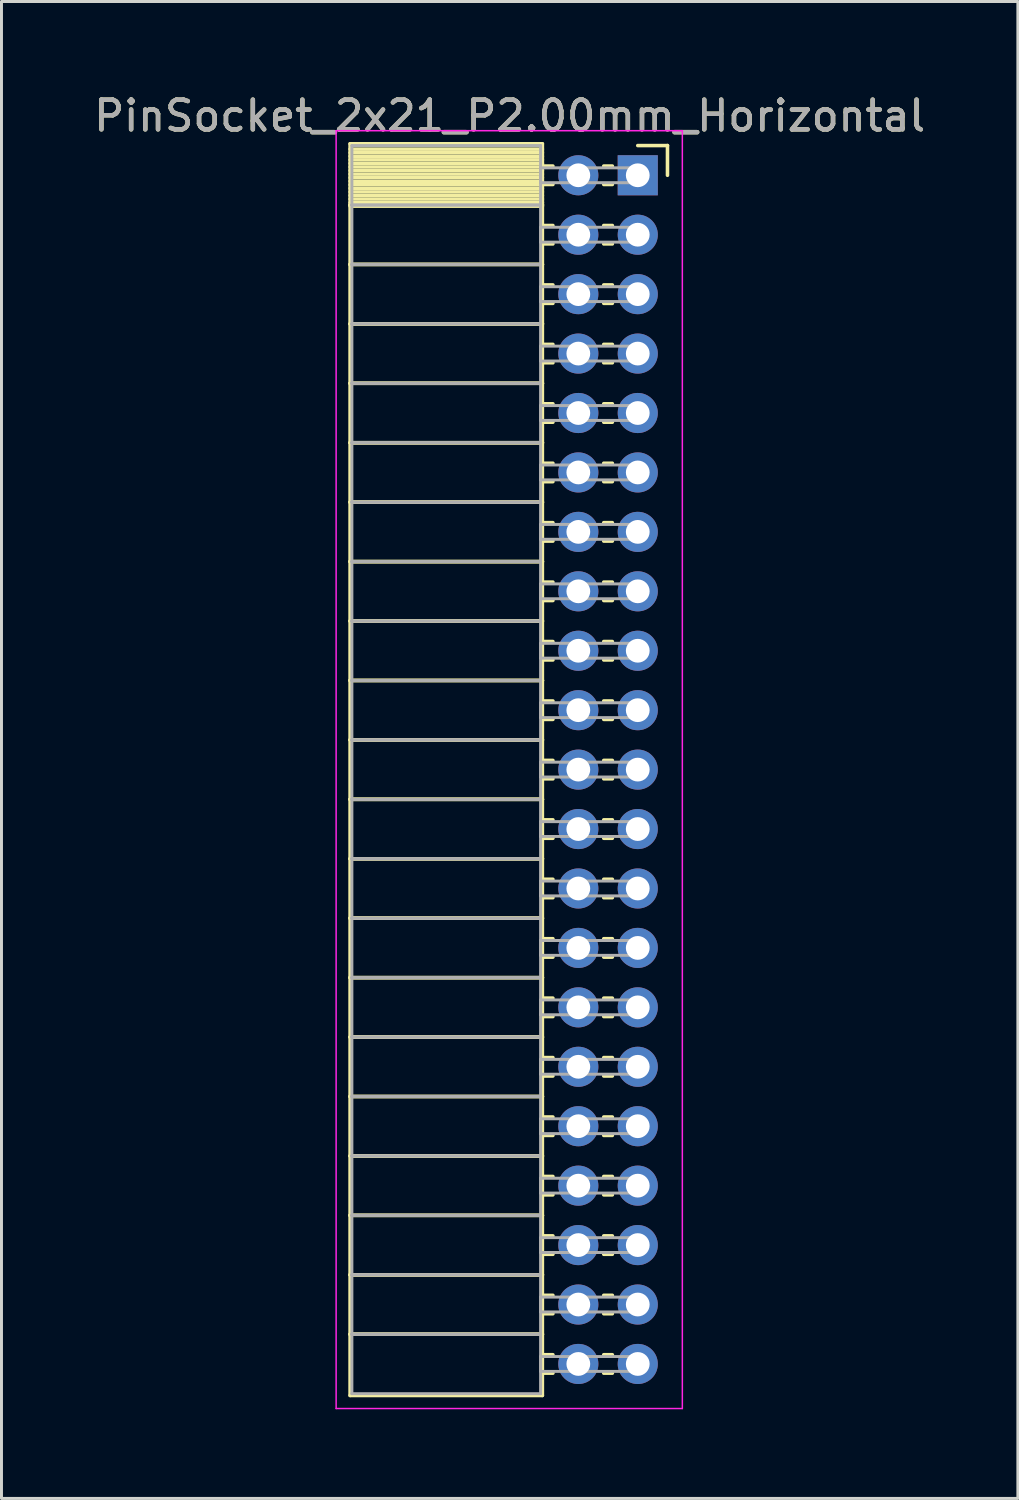
<source format=kicad_pcb>
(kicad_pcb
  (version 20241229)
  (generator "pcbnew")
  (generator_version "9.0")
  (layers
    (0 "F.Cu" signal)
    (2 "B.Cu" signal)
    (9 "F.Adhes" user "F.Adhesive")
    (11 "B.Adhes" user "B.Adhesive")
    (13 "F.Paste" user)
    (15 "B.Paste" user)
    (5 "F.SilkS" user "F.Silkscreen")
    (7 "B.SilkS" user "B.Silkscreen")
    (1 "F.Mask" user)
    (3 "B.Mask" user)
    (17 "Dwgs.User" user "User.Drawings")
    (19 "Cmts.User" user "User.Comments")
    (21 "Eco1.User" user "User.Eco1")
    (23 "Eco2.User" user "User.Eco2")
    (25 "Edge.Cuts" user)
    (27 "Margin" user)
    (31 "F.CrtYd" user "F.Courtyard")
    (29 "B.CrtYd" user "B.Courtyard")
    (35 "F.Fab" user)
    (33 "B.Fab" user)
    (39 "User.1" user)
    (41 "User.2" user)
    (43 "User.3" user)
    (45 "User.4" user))
  (footprint "PinSocket_2x21_P2.00mm_Horizontal"
    (layer "F.Cu")
    (at 18.411 2.848)
    (property "Reference" "PinSocket_2x21_P2.00mm_Horizontal" (at -4.31 -2 0) (layer "F.SilkS") (effects (font (size 1 1) (thickness 0.15))))
    (attr through_hole)
    (fp_line (start -9.68 -1.06) (end -3.21 -1.06) (stroke (width 0.12) (type solid)) (layer "F.SilkS"))
    (fp_line (start -9.68 1) (end -9.68 -1.06) (stroke (width 0.12) (type solid)) (layer "F.SilkS"))
    (fp_line (start -9.68 1) (end -3.21 1) (stroke (width 0.12) (type solid)) (layer "F.SilkS"))
    (fp_line (start -9.68 3) (end -9.68 1) (stroke (width 0.12) (type solid)) (layer "F.SilkS"))
    (fp_line (start -9.68 3) (end -3.21 3) (stroke (width 0.12) (type solid)) (layer "F.SilkS"))
    (fp_line (start -9.68 5) (end -9.68 3) (stroke (width 0.12) (type solid)) (layer "F.SilkS"))
    (fp_line (start -9.68 5) (end -3.21 5) (stroke (width 0.12) (type solid)) (layer "F.SilkS"))
    (fp_line (start -9.68 7) (end -9.68 5) (stroke (width 0.12) (type solid)) (layer "F.SilkS"))
    (fp_line (start -9.68 7) (end -3.21 7) (stroke (width 0.12) (type solid)) (layer "F.SilkS"))
    (fp_line (start -9.68 9) (end -9.68 7) (stroke (width 0.12) (type solid)) (layer "F.SilkS"))
    (fp_line (start -9.68 9) (end -3.21 9) (stroke (width 0.12) (type solid)) (layer "F.SilkS"))
    (fp_line (start -9.68 11) (end -9.68 9) (stroke (width 0.12) (type solid)) (layer "F.SilkS"))
    (fp_line (start -9.68 11) (end -3.21 11) (stroke (width 0.12) (type solid)) (layer "F.SilkS"))
    (fp_line (start -9.68 13) (end -9.68 11) (stroke (width 0.12) (type solid)) (layer "F.SilkS"))
    (fp_line (start -9.68 13) (end -3.21 13) (stroke (width 0.12) (type solid)) (layer "F.SilkS"))
    (fp_line (start -9.68 15) (end -9.68 13) (stroke (width 0.12) (type solid)) (layer "F.SilkS"))
    (fp_line (start -9.68 15) (end -3.21 15) (stroke (width 0.12) (type solid)) (layer "F.SilkS"))
    (fp_line (start -9.68 17) (end -9.68 15) (stroke (width 0.12) (type solid)) (layer "F.SilkS"))
    (fp_line (start -9.68 17) (end -3.21 17) (stroke (width 0.12) (type solid)) (layer "F.SilkS"))
    (fp_line (start -9.68 19) (end -9.68 17) (stroke (width 0.12) (type solid)) (layer "F.SilkS"))
    (fp_line (start -9.68 19) (end -3.21 19) (stroke (width 0.12) (type solid)) (layer "F.SilkS"))
    (fp_line (start -9.68 21) (end -9.68 19) (stroke (width 0.12) (type solid)) (layer "F.SilkS"))
    (fp_line (start -9.68 21) (end -3.21 21) (stroke (width 0.12) (type solid)) (layer "F.SilkS"))
    (fp_line (start -9.68 23) (end -9.68 21) (stroke (width 0.12) (type solid)) (layer "F.SilkS"))
    (fp_line (start -9.68 23) (end -3.21 23) (stroke (width 0.12) (type solid)) (layer "F.SilkS"))
    (fp_line (start -9.68 25) (end -9.68 23) (stroke (width 0.12) (type solid)) (layer "F.SilkS"))
    (fp_line (start -9.68 25) (end -3.21 25) (stroke (width 0.12) (type solid)) (layer "F.SilkS"))
    (fp_line (start -9.68 27) (end -9.68 25) (stroke (width 0.12) (type solid)) (layer "F.SilkS"))
    (fp_line (start -9.68 27) (end -3.21 27) (stroke (width 0.12) (type solid)) (layer "F.SilkS"))
    (fp_line (start -9.68 29) (end -9.68 27) (stroke (width 0.12) (type solid)) (layer "F.SilkS"))
    (fp_line (start -9.68 29) (end -3.21 29) (stroke (width 0.12) (type solid)) (layer "F.SilkS"))
    (fp_line (start -9.68 31) (end -9.68 29) (stroke (width 0.12) (type solid)) (layer "F.SilkS"))
    (fp_line (start -9.68 31) (end -3.21 31) (stroke (width 0.12) (type solid)) (layer "F.SilkS"))
    (fp_line (start -9.68 33) (end -9.68 31) (stroke (width 0.12) (type solid)) (layer "F.SilkS"))
    (fp_line (start -9.68 33) (end -3.21 33) (stroke (width 0.12) (type solid)) (layer "F.SilkS"))
    (fp_line (start -9.68 35) (end -9.68 33) (stroke (width 0.12) (type solid)) (layer "F.SilkS"))
    (fp_line (start -9.68 35) (end -3.21 35) (stroke (width 0.12) (type solid)) (layer "F.SilkS"))
    (fp_line (start -9.68 37) (end -9.68 35) (stroke (width 0.12) (type solid)) (layer "F.SilkS"))
    (fp_line (start -9.68 37) (end -3.21 37) (stroke (width 0.12) (type solid)) (layer "F.SilkS"))
    (fp_line (start -9.68 39) (end -9.68 37) (stroke (width 0.12) (type solid)) (layer "F.SilkS"))
    (fp_line (start -9.68 39) (end -3.21 39) (stroke (width 0.12) (type solid)) (layer "F.SilkS"))
    (fp_line (start -9.68 41.06) (end -9.68 39) (stroke (width 0.12) (type solid)) (layer "F.SilkS"))
    (fp_line (start -3.21 -1.06) (end -3.21 1) (stroke (width 0.12) (type solid)) (layer "F.SilkS"))
    (fp_line (start -3.21 -0.88) (end -9.68 -0.88) (stroke (width 0.12) (type solid)) (layer "F.SilkS"))
    (fp_line (start -3.21 -0.76) (end -9.68 -0.76) (stroke (width 0.12) (type solid)) (layer "F.SilkS"))
    (fp_line (start -3.21 -0.64) (end -9.68 -0.64) (stroke (width 0.12) (type solid)) (layer "F.SilkS"))
    (fp_line (start -3.21 -0.52) (end -9.68 -0.52) (stroke (width 0.12) (type solid)) (layer "F.SilkS"))
    (fp_line (start -3.21 -0.4) (end -9.68 -0.4) (stroke (width 0.12) (type solid)) (layer "F.SilkS"))
    (fp_line (start -3.21 -0.28) (end -9.68 -0.28) (stroke (width 0.12) (type solid)) (layer "F.SilkS"))
    (fp_line (start -3.21 -0.16) (end -9.68 -0.16) (stroke (width 0.12) (type solid)) (layer "F.SilkS"))
    (fp_line (start -3.21 -0.04) (end -9.68 -0.04) (stroke (width 0.12) (type solid)) (layer "F.SilkS"))
    (fp_line (start -3.21 0.08) (end -9.68 0.08) (stroke (width 0.12) (type solid)) (layer "F.SilkS"))
    (fp_line (start -3.21 0.2) (end -9.68 0.2) (stroke (width 0.12) (type solid)) (layer "F.SilkS"))
    (fp_line (start -3.21 0.32) (end -9.68 0.32) (stroke (width 0.12) (type solid)) (layer "F.SilkS"))
    (fp_line (start -3.21 0.44) (end -9.68 0.44) (stroke (width 0.12) (type solid)) (layer "F.SilkS"))
    (fp_line (start -3.21 0.56) (end -9.68 0.56) (stroke (width 0.12) (type solid)) (layer "F.SilkS"))
    (fp_line (start -3.21 0.68) (end -9.68 0.68) (stroke (width 0.12) (type solid)) (layer "F.SilkS"))
    (fp_line (start -3.21 0.8) (end -9.68 0.8) (stroke (width 0.12) (type solid)) (layer "F.SilkS"))
    (fp_line (start -3.21 0.92) (end -9.68 0.92) (stroke (width 0.12) (type solid)) (layer "F.SilkS"))
    (fp_line (start -3.21 1) (end -9.68 1) (stroke (width 0.12) (type solid)) (layer "F.SilkS"))
    (fp_line (start -3.21 1) (end -3.21 3) (stroke (width 0.12) (type solid)) (layer "F.SilkS"))
    (fp_line (start -3.21 1.04) (end -9.68 1.04) (stroke (width 0.12) (type solid)) (layer "F.SilkS"))
    (fp_line (start -3.21 3) (end -9.68 3) (stroke (width 0.12) (type solid)) (layer "F.SilkS"))
    (fp_line (start -3.21 3) (end -3.21 5) (stroke (width 0.12) (type solid)) (layer "F.SilkS"))
    (fp_line (start -3.21 5) (end -9.68 5) (stroke (width 0.12) (type solid)) (layer "F.SilkS"))
    (fp_line (start -3.21 5) (end -3.21 7) (stroke (width 0.12) (type solid)) (layer "F.SilkS"))
    (fp_line (start -3.21 7) (end -9.68 7) (stroke (width 0.12) (type solid)) (layer "F.SilkS"))
    (fp_line (start -3.21 7) (end -3.21 9) (stroke (width 0.12) (type solid)) (layer "F.SilkS"))
    (fp_line (start -3.21 9) (end -9.68 9) (stroke (width 0.12) (type solid)) (layer "F.SilkS"))
    (fp_line (start -3.21 9) (end -3.21 11) (stroke (width 0.12) (type solid)) (layer "F.SilkS"))
    (fp_line (start -3.21 11) (end -9.68 11) (stroke (width 0.12) (type solid)) (layer "F.SilkS"))
    (fp_line (start -3.21 11) (end -3.21 13) (stroke (width 0.12) (type solid)) (layer "F.SilkS"))
    (fp_line (start -3.21 13) (end -9.68 13) (stroke (width 0.12) (type solid)) (layer "F.SilkS"))
    (fp_line (start -3.21 13) (end -3.21 15) (stroke (width 0.12) (type solid)) (layer "F.SilkS"))
    (fp_line (start -3.21 15) (end -9.68 15) (stroke (width 0.12) (type solid)) (layer "F.SilkS"))
    (fp_line (start -3.21 15) (end -3.21 17) (stroke (width 0.12) (type solid)) (layer "F.SilkS"))
    (fp_line (start -3.21 17) (end -9.68 17) (stroke (width 0.12) (type solid)) (layer "F.SilkS"))
    (fp_line (start -3.21 17) (end -3.21 19) (stroke (width 0.12) (type solid)) (layer "F.SilkS"))
    (fp_line (start -3.21 19) (end -9.68 19) (stroke (width 0.12) (type solid)) (layer "F.SilkS"))
    (fp_line (start -3.21 19) (end -3.21 21) (stroke (width 0.12) (type solid)) (layer "F.SilkS"))
    (fp_line (start -3.21 21) (end -9.68 21) (stroke (width 0.12) (type solid)) (layer "F.SilkS"))
    (fp_line (start -3.21 21) (end -3.21 23) (stroke (width 0.12) (type solid)) (layer "F.SilkS"))
    (fp_line (start -3.21 23) (end -9.68 23) (stroke (width 0.12) (type solid)) (layer "F.SilkS"))
    (fp_line (start -3.21 23) (end -3.21 25) (stroke (width 0.12) (type solid)) (layer "F.SilkS"))
    (fp_line (start -3.21 25) (end -9.68 25) (stroke (width 0.12) (type solid)) (layer "F.SilkS"))
    (fp_line (start -3.21 25) (end -3.21 27) (stroke (width 0.12) (type solid)) (layer "F.SilkS"))
    (fp_line (start -3.21 27) (end -9.68 27) (stroke (width 0.12) (type solid)) (layer "F.SilkS"))
    (fp_line (start -3.21 27) (end -3.21 29) (stroke (width 0.12) (type solid)) (layer "F.SilkS"))
    (fp_line (start -3.21 29) (end -9.68 29) (stroke (width 0.12) (type solid)) (layer "F.SilkS"))
    (fp_line (start -3.21 29) (end -3.21 31) (stroke (width 0.12) (type solid)) (layer "F.SilkS"))
    (fp_line (start -3.21 31) (end -9.68 31) (stroke (width 0.12) (type solid)) (layer "F.SilkS"))
    (fp_line (start -3.21 31) (end -3.21 33) (stroke (width 0.12) (type solid)) (layer "F.SilkS"))
    (fp_line (start -3.21 33) (end -9.68 33) (stroke (width 0.12) (type solid)) (layer "F.SilkS"))
    (fp_line (start -3.21 33) (end -3.21 35) (stroke (width 0.12) (type solid)) (layer "F.SilkS"))
    (fp_line (start -3.21 35) (end -9.68 35) (stroke (width 0.12) (type solid)) (layer "F.SilkS"))
    (fp_line (start -3.21 35) (end -3.21 37) (stroke (width 0.12) (type solid)) (layer "F.SilkS"))
    (fp_line (start -3.21 37) (end -9.68 37) (stroke (width 0.12) (type solid)) (layer "F.SilkS"))
    (fp_line (start -3.21 37) (end -3.21 39) (stroke (width 0.12) (type solid)) (layer "F.SilkS"))
    (fp_line (start -3.21 39) (end -9.68 39) (stroke (width 0.12) (type solid)) (layer "F.SilkS"))
    (fp_line (start -3.21 39) (end -3.21 41.06) (stroke (width 0.12) (type solid)) (layer "F.SilkS"))
    (fp_line (start -3.21 41.06) (end -9.68 41.06) (stroke (width 0.12) (type solid)) (layer "F.SilkS"))
    (fp_line (start -2.855 -0.31) (end -3.21 -0.31) (stroke (width 0.12) (type solid)) (layer "F.SilkS"))
    (fp_line (start -2.855 0.31) (end -3.21 0.31) (stroke (width 0.12) (type solid)) (layer "F.SilkS"))
    (fp_line (start -2.855 1.69) (end -3.21 1.69) (stroke (width 0.12) (type solid)) (layer "F.SilkS"))
    (fp_line (start -2.855 2.31) (end -3.21 2.31) (stroke (width 0.12) (type solid)) (layer "F.SilkS"))
    (fp_line (start -2.855 3.69) (end -3.21 3.69) (stroke (width 0.12) (type solid)) (layer "F.SilkS"))
    (fp_line (start -2.855 4.31) (end -3.21 4.31) (stroke (width 0.12) (type solid)) (layer "F.SilkS"))
    (fp_line (start -2.855 5.69) (end -3.21 5.69) (stroke (width 0.12) (type solid)) (layer "F.SilkS"))
    (fp_line (start -2.855 6.31) (end -3.21 6.31) (stroke (width 0.12) (type solid)) (layer "F.SilkS"))
    (fp_line (start -2.855 7.69) (end -3.21 7.69) (stroke (width 0.12) (type solid)) (layer "F.SilkS"))
    (fp_line (start -2.855 8.31) (end -3.21 8.31) (stroke (width 0.12) (type solid)) (layer "F.SilkS"))
    (fp_line (start -2.855 9.69) (end -3.21 9.69) (stroke (width 0.12) (type solid)) (layer "F.SilkS"))
    (fp_line (start -2.855 10.31) (end -3.21 10.31) (stroke (width 0.12) (type solid)) (layer "F.SilkS"))
    (fp_line (start -2.855 11.69) (end -3.21 11.69) (stroke (width 0.12) (type solid)) (layer "F.SilkS"))
    (fp_line (start -2.855 12.31) (end -3.21 12.31) (stroke (width 0.12) (type solid)) (layer "F.SilkS"))
    (fp_line (start -2.855 13.69) (end -3.21 13.69) (stroke (width 0.12) (type solid)) (layer "F.SilkS"))
    (fp_line (start -2.855 14.31) (end -3.21 14.31) (stroke (width 0.12) (type solid)) (layer "F.SilkS"))
    (fp_line (start -2.855 15.69) (end -3.21 15.69) (stroke (width 0.12) (type solid)) (layer "F.SilkS"))
    (fp_line (start -2.855 16.31) (end -3.21 16.31) (stroke (width 0.12) (type solid)) (layer "F.SilkS"))
    (fp_line (start -2.855 17.69) (end -3.21 17.69) (stroke (width 0.12) (type solid)) (layer "F.SilkS"))
    (fp_line (start -2.855 18.31) (end -3.21 18.31) (stroke (width 0.12) (type solid)) (layer "F.SilkS"))
    (fp_line (start -2.855 19.69) (end -3.21 19.69) (stroke (width 0.12) (type solid)) (layer "F.SilkS"))
    (fp_line (start -2.855 20.31) (end -3.21 20.31) (stroke (width 0.12) (type solid)) (layer "F.SilkS"))
    (fp_line (start -2.855 21.69) (end -3.21 21.69) (stroke (width 0.12) (type solid)) (layer "F.SilkS"))
    (fp_line (start -2.855 22.31) (end -3.21 22.31) (stroke (width 0.12) (type solid)) (layer "F.SilkS"))
    (fp_line (start -2.855 23.69) (end -3.21 23.69) (stroke (width 0.12) (type solid)) (layer "F.SilkS"))
    (fp_line (start -2.855 24.31) (end -3.21 24.31) (stroke (width 0.12) (type solid)) (layer "F.SilkS"))
    (fp_line (start -2.855 25.69) (end -3.21 25.69) (stroke (width 0.12) (type solid)) (layer "F.SilkS"))
    (fp_line (start -2.855 26.31) (end -3.21 26.31) (stroke (width 0.12) (type solid)) (layer "F.SilkS"))
    (fp_line (start -2.855 27.69) (end -3.21 27.69) (stroke (width 0.12) (type solid)) (layer "F.SilkS"))
    (fp_line (start -2.855 28.31) (end -3.21 28.31) (stroke (width 0.12) (type solid)) (layer "F.SilkS"))
    (fp_line (start -2.855 29.69) (end -3.21 29.69) (stroke (width 0.12) (type solid)) (layer "F.SilkS"))
    (fp_line (start -2.855 30.31) (end -3.21 30.31) (stroke (width 0.12) (type solid)) (layer "F.SilkS"))
    (fp_line (start -2.855 31.69) (end -3.21 31.69) (stroke (width 0.12) (type solid)) (layer "F.SilkS"))
    (fp_line (start -2.855 32.31) (end -3.21 32.31) (stroke (width 0.12) (type solid)) (layer "F.SilkS"))
    (fp_line (start -2.855 33.69) (end -3.21 33.69) (stroke (width 0.12) (type solid)) (layer "F.SilkS"))
    (fp_line (start -2.855 34.31) (end -3.21 34.31) (stroke (width 0.12) (type solid)) (layer "F.SilkS"))
    (fp_line (start -2.855 35.69) (end -3.21 35.69) (stroke (width 0.12) (type solid)) (layer "F.SilkS"))
    (fp_line (start -2.855 36.31) (end -3.21 36.31) (stroke (width 0.12) (type solid)) (layer "F.SilkS"))
    (fp_line (start -2.855 37.69) (end -3.21 37.69) (stroke (width 0.12) (type solid)) (layer "F.SilkS"))
    (fp_line (start -2.855 38.31) (end -3.21 38.31) (stroke (width 0.12) (type solid)) (layer "F.SilkS"))
    (fp_line (start -2.855 39.69) (end -3.21 39.69) (stroke (width 0.12) (type solid)) (layer "F.SilkS"))
    (fp_line (start -2.855 40.31) (end -3.21 40.31) (stroke (width 0.12) (type solid)) (layer "F.SilkS"))
    (fp_line (start -0.855 -0.31) (end -1.145 -0.31) (stroke (width 0.12) (type solid)) (layer "F.SilkS"))
    (fp_line (start -0.855 0.31) (end -1.145 0.31) (stroke (width 0.12) (type solid)) (layer "F.SilkS"))
    (fp_line (start -0.855 1.69) (end -1.145 1.69) (stroke (width 0.12) (type solid)) (layer "F.SilkS"))
    (fp_line (start -0.855 2.31) (end -1.145 2.31) (stroke (width 0.12) (type solid)) (layer "F.SilkS"))
    (fp_line (start -0.855 3.69) (end -1.145 3.69) (stroke (width 0.12) (type solid)) (layer "F.SilkS"))
    (fp_line (start -0.855 4.31) (end -1.145 4.31) (stroke (width 0.12) (type solid)) (layer "F.SilkS"))
    (fp_line (start -0.855 5.69) (end -1.145 5.69) (stroke (width 0.12) (type solid)) (layer "F.SilkS"))
    (fp_line (start -0.855 6.31) (end -1.145 6.31) (stroke (width 0.12) (type solid)) (layer "F.SilkS"))
    (fp_line (start -0.855 7.69) (end -1.145 7.69) (stroke (width 0.12) (type solid)) (layer "F.SilkS"))
    (fp_line (start -0.855 8.31) (end -1.145 8.31) (stroke (width 0.12) (type solid)) (layer "F.SilkS"))
    (fp_line (start -0.855 9.69) (end -1.145 9.69) (stroke (width 0.12) (type solid)) (layer "F.SilkS"))
    (fp_line (start -0.855 10.31) (end -1.145 10.31) (stroke (width 0.12) (type solid)) (layer "F.SilkS"))
    (fp_line (start -0.855 11.69) (end -1.145 11.69) (stroke (width 0.12) (type solid)) (layer "F.SilkS"))
    (fp_line (start -0.855 12.31) (end -1.145 12.31) (stroke (width 0.12) (type solid)) (layer "F.SilkS"))
    (fp_line (start -0.855 13.69) (end -1.145 13.69) (stroke (width 0.12) (type solid)) (layer "F.SilkS"))
    (fp_line (start -0.855 14.31) (end -1.145 14.31) (stroke (width 0.12) (type solid)) (layer "F.SilkS"))
    (fp_line (start -0.855 15.69) (end -1.145 15.69) (stroke (width 0.12) (type solid)) (layer "F.SilkS"))
    (fp_line (start -0.855 16.31) (end -1.145 16.31) (stroke (width 0.12) (type solid)) (layer "F.SilkS"))
    (fp_line (start -0.855 17.69) (end -1.145 17.69) (stroke (width 0.12) (type solid)) (layer "F.SilkS"))
    (fp_line (start -0.855 18.31) (end -1.145 18.31) (stroke (width 0.12) (type solid)) (layer "F.SilkS"))
    (fp_line (start -0.855 19.69) (end -1.145 19.69) (stroke (width 0.12) (type solid)) (layer "F.SilkS"))
    (fp_line (start -0.855 20.31) (end -1.145 20.31) (stroke (width 0.12) (type solid)) (layer "F.SilkS"))
    (fp_line (start -0.855 21.69) (end -1.145 21.69) (stroke (width 0.12) (type solid)) (layer "F.SilkS"))
    (fp_line (start -0.855 22.31) (end -1.145 22.31) (stroke (width 0.12) (type solid)) (layer "F.SilkS"))
    (fp_line (start -0.855 23.69) (end -1.145 23.69) (stroke (width 0.12) (type solid)) (layer "F.SilkS"))
    (fp_line (start -0.855 24.31) (end -1.145 24.31) (stroke (width 0.12) (type solid)) (layer "F.SilkS"))
    (fp_line (start -0.855 25.69) (end -1.145 25.69) (stroke (width 0.12) (type solid)) (layer "F.SilkS"))
    (fp_line (start -0.855 26.31) (end -1.145 26.31) (stroke (width 0.12) (type solid)) (layer "F.SilkS"))
    (fp_line (start -0.855 27.69) (end -1.145 27.69) (stroke (width 0.12) (type solid)) (layer "F.SilkS"))
    (fp_line (start -0.855 28.31) (end -1.145 28.31) (stroke (width 0.12) (type solid)) (layer "F.SilkS"))
    (fp_line (start -0.855 29.69) (end -1.145 29.69) (stroke (width 0.12) (type solid)) (layer "F.SilkS"))
    (fp_line (start -0.855 30.31) (end -1.145 30.31) (stroke (width 0.12) (type solid)) (layer "F.SilkS"))
    (fp_line (start -0.855 31.69) (end -1.145 31.69) (stroke (width 0.12) (type solid)) (layer "F.SilkS"))
    (fp_line (start -0.855 32.31) (end -1.145 32.31) (stroke (width 0.12) (type solid)) (layer "F.SilkS"))
    (fp_line (start -0.855 33.69) (end -1.145 33.69) (stroke (width 0.12) (type solid)) (layer "F.SilkS"))
    (fp_line (start -0.855 34.31) (end -1.145 34.31) (stroke (width 0.12) (type solid)) (layer "F.SilkS"))
    (fp_line (start -0.855 35.69) (end -1.145 35.69) (stroke (width 0.12) (type solid)) (layer "F.SilkS"))
    (fp_line (start -0.855 36.31) (end -1.145 36.31) (stroke (width 0.12) (type solid)) (layer "F.SilkS"))
    (fp_line (start -0.855 37.69) (end -1.145 37.69) (stroke (width 0.12) (type solid)) (layer "F.SilkS"))
    (fp_line (start -0.855 38.31) (end -1.145 38.31) (stroke (width 0.12) (type solid)) (layer "F.SilkS"))
    (fp_line (start -0.855 39.69) (end -1.145 39.69) (stroke (width 0.12) (type solid)) (layer "F.SilkS"))
    (fp_line (start -0.855 40.31) (end -1.145 40.31) (stroke (width 0.12) (type solid)) (layer "F.SilkS"))
    (fp_line (start 0 -1) (end 1 -1) (stroke (width 0.12) (type solid)) (layer "F.SilkS"))
    (fp_line (start 1 -1) (end 1 0) (stroke (width 0.12) (type solid)) (layer "F.SilkS"))
    (fp_line (start -10.15 -1.5) (end 1.5 -1.5) (stroke (width 0.05) (type solid)) (layer "F.CrtYd"))
    (fp_line (start -10.15 41.5) (end -10.15 -1.5) (stroke (width 0.05) (type solid)) (layer "F.CrtYd"))
    (fp_line (start 1.5 -1.5) (end 1.5 41.5) (stroke (width 0.05) (type solid)) (layer "F.CrtYd"))
    (fp_line (start 1.5 41.5) (end -10.15 41.5) (stroke (width 0.05) (type solid)) (layer "F.CrtYd"))
    (fp_line (start -9.62 -1) (end -3.27 -1) (stroke (width 0.1) (type solid)) (layer "F.Fab"))
    (fp_line (start -9.62 1) (end -9.62 -1) (stroke (width 0.1) (type solid)) (layer "F.Fab"))
    (fp_line (start -9.62 1) (end -3.27 1) (stroke (width 0.1) (type solid)) (layer "F.Fab"))
    (fp_line (start -9.62 3) (end -9.62 1) (stroke (width 0.1) (type solid)) (layer "F.Fab"))
    (fp_line (start -9.62 3) (end -3.27 3) (stroke (width 0.1) (type solid)) (layer "F.Fab"))
    (fp_line (start -9.62 5) (end -9.62 3) (stroke (width 0.1) (type solid)) (layer "F.Fab"))
    (fp_line (start -9.62 5) (end -3.27 5) (stroke (width 0.1) (type solid)) (layer "F.Fab"))
    (fp_line (start -9.62 7) (end -9.62 5) (stroke (width 0.1) (type solid)) (layer "F.Fab"))
    (fp_line (start -9.62 7) (end -3.27 7) (stroke (width 0.1) (type solid)) (layer "F.Fab"))
    (fp_line (start -9.62 9) (end -9.62 7) (stroke (width 0.1) (type solid)) (layer "F.Fab"))
    (fp_line (start -9.62 9) (end -3.27 9) (stroke (width 0.1) (type solid)) (layer "F.Fab"))
    (fp_line (start -9.62 11) (end -9.62 9) (stroke (width 0.1) (type solid)) (layer "F.Fab"))
    (fp_line (start -9.62 11) (end -3.27 11) (stroke (width 0.1) (type solid)) (layer "F.Fab"))
    (fp_line (start -9.62 13) (end -9.62 11) (stroke (width 0.1) (type solid)) (layer "F.Fab"))
    (fp_line (start -9.62 13) (end -3.27 13) (stroke (width 0.1) (type solid)) (layer "F.Fab"))
    (fp_line (start -9.62 15) (end -9.62 13) (stroke (width 0.1) (type solid)) (layer "F.Fab"))
    (fp_line (start -9.62 15) (end -3.27 15) (stroke (width 0.1) (type solid)) (layer "F.Fab"))
    (fp_line (start -9.62 17) (end -9.62 15) (stroke (width 0.1) (type solid)) (layer "F.Fab"))
    (fp_line (start -9.62 17) (end -3.27 17) (stroke (width 0.1) (type solid)) (layer "F.Fab"))
    (fp_line (start -9.62 19) (end -9.62 17) (stroke (width 0.1) (type solid)) (layer "F.Fab"))
    (fp_line (start -9.62 19) (end -3.27 19) (stroke (width 0.1) (type solid)) (layer "F.Fab"))
    (fp_line (start -9.62 21) (end -9.62 19) (stroke (width 0.1) (type solid)) (layer "F.Fab"))
    (fp_line (start -9.62 21) (end -3.27 21) (stroke (width 0.1) (type solid)) (layer "F.Fab"))
    (fp_line (start -9.62 23) (end -9.62 21) (stroke (width 0.1) (type solid)) (layer "F.Fab"))
    (fp_line (start -9.62 23) (end -3.27 23) (stroke (width 0.1) (type solid)) (layer "F.Fab"))
    (fp_line (start -9.62 25) (end -9.62 23) (stroke (width 0.1) (type solid)) (layer "F.Fab"))
    (fp_line (start -9.62 25) (end -3.27 25) (stroke (width 0.1) (type solid)) (layer "F.Fab"))
    (fp_line (start -9.62 27) (end -9.62 25) (stroke (width 0.1) (type solid)) (layer "F.Fab"))
    (fp_line (start -9.62 27) (end -3.27 27) (stroke (width 0.1) (type solid)) (layer "F.Fab"))
    (fp_line (start -9.62 29) (end -9.62 27) (stroke (width 0.1) (type solid)) (layer "F.Fab"))
    (fp_line (start -9.62 29) (end -3.27 29) (stroke (width 0.1) (type solid)) (layer "F.Fab"))
    (fp_line (start -9.62 31) (end -9.62 29) (stroke (width 0.1) (type solid)) (layer "F.Fab"))
    (fp_line (start -9.62 31) (end -3.27 31) (stroke (width 0.1) (type solid)) (layer "F.Fab"))
    (fp_line (start -9.62 33) (end -9.62 31) (stroke (width 0.1) (type solid)) (layer "F.Fab"))
    (fp_line (start -9.62 33) (end -3.27 33) (stroke (width 0.1) (type solid)) (layer "F.Fab"))
    (fp_line (start -9.62 35) (end -9.62 33) (stroke (width 0.1) (type solid)) (layer "F.Fab"))
    (fp_line (start -9.62 35) (end -3.27 35) (stroke (width 0.1) (type solid)) (layer "F.Fab"))
    (fp_line (start -9.62 37) (end -9.62 35) (stroke (width 0.1) (type solid)) (layer "F.Fab"))
    (fp_line (start -9.62 37) (end -3.27 37) (stroke (width 0.1) (type solid)) (layer "F.Fab"))
    (fp_line (start -9.62 39) (end -9.62 37) (stroke (width 0.1) (type solid)) (layer "F.Fab"))
    (fp_line (start -9.62 39) (end -3.27 39) (stroke (width 0.1) (type solid)) (layer "F.Fab"))
    (fp_line (start -9.62 41) (end -9.62 39) (stroke (width 0.1) (type solid)) (layer "F.Fab"))
    (fp_line (start -3.27 -1) (end -3.27 1) (stroke (width 0.1) (type solid)) (layer "F.Fab"))
    (fp_line (start -3.27 -0.25) (end 0 -0.25) (stroke (width 0.1) (type solid)) (layer "F.Fab"))
    (fp_line (start -3.27 0.25) (end -3.27 -0.25) (stroke (width 0.1) (type solid)) (layer "F.Fab"))
    (fp_line (start -3.27 1) (end -9.62 1) (stroke (width 0.1) (type solid)) (layer "F.Fab"))
    (fp_line (start -3.27 1) (end -3.27 3) (stroke (width 0.1) (type solid)) (layer "F.Fab"))
    (fp_line (start -3.27 1.75) (end 0 1.75) (stroke (width 0.1) (type solid)) (layer "F.Fab"))
    (fp_line (start -3.27 2.25) (end -3.27 1.75) (stroke (width 0.1) (type solid)) (layer "F.Fab"))
    (fp_line (start -3.27 3) (end -9.62 3) (stroke (width 0.1) (type solid)) (layer "F.Fab"))
    (fp_line (start -3.27 3) (end -3.27 5) (stroke (width 0.1) (type solid)) (layer "F.Fab"))
    (fp_line (start -3.27 3.75) (end 0 3.75) (stroke (width 0.1) (type solid)) (layer "F.Fab"))
    (fp_line (start -3.27 4.25) (end -3.27 3.75) (stroke (width 0.1) (type solid)) (layer "F.Fab"))
    (fp_line (start -3.27 5) (end -9.62 5) (stroke (width 0.1) (type solid)) (layer "F.Fab"))
    (fp_line (start -3.27 5) (end -3.27 7) (stroke (width 0.1) (type solid)) (layer "F.Fab"))
    (fp_line (start -3.27 5.75) (end 0 5.75) (stroke (width 0.1) (type solid)) (layer "F.Fab"))
    (fp_line (start -3.27 6.25) (end -3.27 5.75) (stroke (width 0.1) (type solid)) (layer "F.Fab"))
    (fp_line (start -3.27 7) (end -9.62 7) (stroke (width 0.1) (type solid)) (layer "F.Fab"))
    (fp_line (start -3.27 7) (end -3.27 9) (stroke (width 0.1) (type solid)) (layer "F.Fab"))
    (fp_line (start -3.27 7.75) (end 0 7.75) (stroke (width 0.1) (type solid)) (layer "F.Fab"))
    (fp_line (start -3.27 8.25) (end -3.27 7.75) (stroke (width 0.1) (type solid)) (layer "F.Fab"))
    (fp_line (start -3.27 9) (end -9.62 9) (stroke (width 0.1) (type solid)) (layer "F.Fab"))
    (fp_line (start -3.27 9) (end -3.27 11) (stroke (width 0.1) (type solid)) (layer "F.Fab"))
    (fp_line (start -3.27 9.75) (end 0 9.75) (stroke (width 0.1) (type solid)) (layer "F.Fab"))
    (fp_line (start -3.27 10.25) (end -3.27 9.75) (stroke (width 0.1) (type solid)) (layer "F.Fab"))
    (fp_line (start -3.27 11) (end -9.62 11) (stroke (width 0.1) (type solid)) (layer "F.Fab"))
    (fp_line (start -3.27 11) (end -3.27 13) (stroke (width 0.1) (type solid)) (layer "F.Fab"))
    (fp_line (start -3.27 11.75) (end 0 11.75) (stroke (width 0.1) (type solid)) (layer "F.Fab"))
    (fp_line (start -3.27 12.25) (end -3.27 11.75) (stroke (width 0.1) (type solid)) (layer "F.Fab"))
    (fp_line (start -3.27 13) (end -9.62 13) (stroke (width 0.1) (type solid)) (layer "F.Fab"))
    (fp_line (start -3.27 13) (end -3.27 15) (stroke (width 0.1) (type solid)) (layer "F.Fab"))
    (fp_line (start -3.27 13.75) (end 0 13.75) (stroke (width 0.1) (type solid)) (layer "F.Fab"))
    (fp_line (start -3.27 14.25) (end -3.27 13.75) (stroke (width 0.1) (type solid)) (layer "F.Fab"))
    (fp_line (start -3.27 15) (end -9.62 15) (stroke (width 0.1) (type solid)) (layer "F.Fab"))
    (fp_line (start -3.27 15) (end -3.27 17) (stroke (width 0.1) (type solid)) (layer "F.Fab"))
    (fp_line (start -3.27 15.75) (end 0 15.75) (stroke (width 0.1) (type solid)) (layer "F.Fab"))
    (fp_line (start -3.27 16.25) (end -3.27 15.75) (stroke (width 0.1) (type solid)) (layer "F.Fab"))
    (fp_line (start -3.27 17) (end -9.62 17) (stroke (width 0.1) (type solid)) (layer "F.Fab"))
    (fp_line (start -3.27 17) (end -3.27 19) (stroke (width 0.1) (type solid)) (layer "F.Fab"))
    (fp_line (start -3.27 17.75) (end 0 17.75) (stroke (width 0.1) (type solid)) (layer "F.Fab"))
    (fp_line (start -3.27 18.25) (end -3.27 17.75) (stroke (width 0.1) (type solid)) (layer "F.Fab"))
    (fp_line (start -3.27 19) (end -9.62 19) (stroke (width 0.1) (type solid)) (layer "F.Fab"))
    (fp_line (start -3.27 19) (end -3.27 21) (stroke (width 0.1) (type solid)) (layer "F.Fab"))
    (fp_line (start -3.27 19.75) (end 0 19.75) (stroke (width 0.1) (type solid)) (layer "F.Fab"))
    (fp_line (start -3.27 20.25) (end -3.27 19.75) (stroke (width 0.1) (type solid)) (layer "F.Fab"))
    (fp_line (start -3.27 21) (end -9.62 21) (stroke (width 0.1) (type solid)) (layer "F.Fab"))
    (fp_line (start -3.27 21) (end -3.27 23) (stroke (width 0.1) (type solid)) (layer "F.Fab"))
    (fp_line (start -3.27 21.75) (end 0 21.75) (stroke (width 0.1) (type solid)) (layer "F.Fab"))
    (fp_line (start -3.27 22.25) (end -3.27 21.75) (stroke (width 0.1) (type solid)) (layer "F.Fab"))
    (fp_line (start -3.27 23) (end -9.62 23) (stroke (width 0.1) (type solid)) (layer "F.Fab"))
    (fp_line (start -3.27 23) (end -3.27 25) (stroke (width 0.1) (type solid)) (layer "F.Fab"))
    (fp_line (start -3.27 23.75) (end 0 23.75) (stroke (width 0.1) (type solid)) (layer "F.Fab"))
    (fp_line (start -3.27 24.25) (end -3.27 23.75) (stroke (width 0.1) (type solid)) (layer "F.Fab"))
    (fp_line (start -3.27 25) (end -9.62 25) (stroke (width 0.1) (type solid)) (layer "F.Fab"))
    (fp_line (start -3.27 25) (end -3.27 27) (stroke (width 0.1) (type solid)) (layer "F.Fab"))
    (fp_line (start -3.27 25.75) (end 0 25.75) (stroke (width 0.1) (type solid)) (layer "F.Fab"))
    (fp_line (start -3.27 26.25) (end -3.27 25.75) (stroke (width 0.1) (type solid)) (layer "F.Fab"))
    (fp_line (start -3.27 27) (end -9.62 27) (stroke (width 0.1) (type solid)) (layer "F.Fab"))
    (fp_line (start -3.27 27) (end -3.27 29) (stroke (width 0.1) (type solid)) (layer "F.Fab"))
    (fp_line (start -3.27 27.75) (end 0 27.75) (stroke (width 0.1) (type solid)) (layer "F.Fab"))
    (fp_line (start -3.27 28.25) (end -3.27 27.75) (stroke (width 0.1) (type solid)) (layer "F.Fab"))
    (fp_line (start -3.27 29) (end -9.62 29) (stroke (width 0.1) (type solid)) (layer "F.Fab"))
    (fp_line (start -3.27 29) (end -3.27 31) (stroke (width 0.1) (type solid)) (layer "F.Fab"))
    (fp_line (start -3.27 29.75) (end 0 29.75) (stroke (width 0.1) (type solid)) (layer "F.Fab"))
    (fp_line (start -3.27 30.25) (end -3.27 29.75) (stroke (width 0.1) (type solid)) (layer "F.Fab"))
    (fp_line (start -3.27 31) (end -9.62 31) (stroke (width 0.1) (type solid)) (layer "F.Fab"))
    (fp_line (start -3.27 31) (end -3.27 33) (stroke (width 0.1) (type solid)) (layer "F.Fab"))
    (fp_line (start -3.27 31.75) (end 0 31.75) (stroke (width 0.1) (type solid)) (layer "F.Fab"))
    (fp_line (start -3.27 32.25) (end -3.27 31.75) (stroke (width 0.1) (type solid)) (layer "F.Fab"))
    (fp_line (start -3.27 33) (end -9.62 33) (stroke (width 0.1) (type solid)) (layer "F.Fab"))
    (fp_line (start -3.27 33) (end -3.27 35) (stroke (width 0.1) (type solid)) (layer "F.Fab"))
    (fp_line (start -3.27 33.75) (end 0 33.75) (stroke (width 0.1) (type solid)) (layer "F.Fab"))
    (fp_line (start -3.27 34.25) (end -3.27 33.75) (stroke (width 0.1) (type solid)) (layer "F.Fab"))
    (fp_line (start -3.27 35) (end -9.62 35) (stroke (width 0.1) (type solid)) (layer "F.Fab"))
    (fp_line (start -3.27 35) (end -3.27 37) (stroke (width 0.1) (type solid)) (layer "F.Fab"))
    (fp_line (start -3.27 35.75) (end 0 35.75) (stroke (width 0.1) (type solid)) (layer "F.Fab"))
    (fp_line (start -3.27 36.25) (end -3.27 35.75) (stroke (width 0.1) (type solid)) (layer "F.Fab"))
    (fp_line (start -3.27 37) (end -9.62 37) (stroke (width 0.1) (type solid)) (layer "F.Fab"))
    (fp_line (start -3.27 37) (end -3.27 39) (stroke (width 0.1) (type solid)) (layer "F.Fab"))
    (fp_line (start -3.27 37.75) (end 0 37.75) (stroke (width 0.1) (type solid)) (layer "F.Fab"))
    (fp_line (start -3.27 38.25) (end -3.27 37.75) (stroke (width 0.1) (type solid)) (layer "F.Fab"))
    (fp_line (start -3.27 39) (end -9.62 39) (stroke (width 0.1) (type solid)) (layer "F.Fab"))
    (fp_line (start -3.27 39) (end -3.27 41) (stroke (width 0.1) (type solid)) (layer "F.Fab"))
    (fp_line (start -3.27 39.75) (end 0 39.75) (stroke (width 0.1) (type solid)) (layer "F.Fab"))
    (fp_line (start -3.27 40.25) (end -3.27 39.75) (stroke (width 0.1) (type solid)) (layer "F.Fab"))
    (fp_line (start -3.27 41) (end -9.62 41) (stroke (width 0.1) (type solid)) (layer "F.Fab"))
    (fp_line (start 0 -0.25) (end 0 0.25) (stroke (width 0.1) (type solid)) (layer "F.Fab"))
    (fp_line (start 0 0.25) (end -3.27 0.25) (stroke (width 0.1) (type solid)) (layer "F.Fab"))
    (fp_line (start 0 1.75) (end 0 2.25) (stroke (width 0.1) (type solid)) (layer "F.Fab"))
    (fp_line (start 0 2.25) (end -3.27 2.25) (stroke (width 0.1) (type solid)) (layer "F.Fab"))
    (fp_line (start 0 3.75) (end 0 4.25) (stroke (width 0.1) (type solid)) (layer "F.Fab"))
    (fp_line (start 0 4.25) (end -3.27 4.25) (stroke (width 0.1) (type solid)) (layer "F.Fab"))
    (fp_line (start 0 5.75) (end 0 6.25) (stroke (width 0.1) (type solid)) (layer "F.Fab"))
    (fp_line (start 0 6.25) (end -3.27 6.25) (stroke (width 0.1) (type solid)) (layer "F.Fab"))
    (fp_line (start 0 7.75) (end 0 8.25) (stroke (width 0.1) (type solid)) (layer "F.Fab"))
    (fp_line (start 0 8.25) (end -3.27 8.25) (stroke (width 0.1) (type solid)) (layer "F.Fab"))
    (fp_line (start 0 9.75) (end 0 10.25) (stroke (width 0.1) (type solid)) (layer "F.Fab"))
    (fp_line (start 0 10.25) (end -3.27 10.25) (stroke (width 0.1) (type solid)) (layer "F.Fab"))
    (fp_line (start 0 11.75) (end 0 12.25) (stroke (width 0.1) (type solid)) (layer "F.Fab"))
    (fp_line (start 0 12.25) (end -3.27 12.25) (stroke (width 0.1) (type solid)) (layer "F.Fab"))
    (fp_line (start 0 13.75) (end 0 14.25) (stroke (width 0.1) (type solid)) (layer "F.Fab"))
    (fp_line (start 0 14.25) (end -3.27 14.25) (stroke (width 0.1) (type solid)) (layer "F.Fab"))
    (fp_line (start 0 15.75) (end 0 16.25) (stroke (width 0.1) (type solid)) (layer "F.Fab"))
    (fp_line (start 0 16.25) (end -3.27 16.25) (stroke (width 0.1) (type solid)) (layer "F.Fab"))
    (fp_line (start 0 17.75) (end 0 18.25) (stroke (width 0.1) (type solid)) (layer "F.Fab"))
    (fp_line (start 0 18.25) (end -3.27 18.25) (stroke (width 0.1) (type solid)) (layer "F.Fab"))
    (fp_line (start 0 19.75) (end 0 20.25) (stroke (width 0.1) (type solid)) (layer "F.Fab"))
    (fp_line (start 0 20.25) (end -3.27 20.25) (stroke (width 0.1) (type solid)) (layer "F.Fab"))
    (fp_line (start 0 21.75) (end 0 22.25) (stroke (width 0.1) (type solid)) (layer "F.Fab"))
    (fp_line (start 0 22.25) (end -3.27 22.25) (stroke (width 0.1) (type solid)) (layer "F.Fab"))
    (fp_line (start 0 23.75) (end 0 24.25) (stroke (width 0.1) (type solid)) (layer "F.Fab"))
    (fp_line (start 0 24.25) (end -3.27 24.25) (stroke (width 0.1) (type solid)) (layer "F.Fab"))
    (fp_line (start 0 25.75) (end 0 26.25) (stroke (width 0.1) (type solid)) (layer "F.Fab"))
    (fp_line (start 0 26.25) (end -3.27 26.25) (stroke (width 0.1) (type solid)) (layer "F.Fab"))
    (fp_line (start 0 27.75) (end 0 28.25) (stroke (width 0.1) (type solid)) (layer "F.Fab"))
    (fp_line (start 0 28.25) (end -3.27 28.25) (stroke (width 0.1) (type solid)) (layer "F.Fab"))
    (fp_line (start 0 29.75) (end 0 30.25) (stroke (width 0.1) (type solid)) (layer "F.Fab"))
    (fp_line (start 0 30.25) (end -3.27 30.25) (stroke (width 0.1) (type solid)) (layer "F.Fab"))
    (fp_line (start 0 31.75) (end 0 32.25) (stroke (width 0.1) (type solid)) (layer "F.Fab"))
    (fp_line (start 0 32.25) (end -3.27 32.25) (stroke (width 0.1) (type solid)) (layer "F.Fab"))
    (fp_line (start 0 33.75) (end 0 34.25) (stroke (width 0.1) (type solid)) (layer "F.Fab"))
    (fp_line (start 0 34.25) (end -3.27 34.25) (stroke (width 0.1) (type solid)) (layer "F.Fab"))
    (fp_line (start 0 35.75) (end 0 36.25) (stroke (width 0.1) (type solid)) (layer "F.Fab"))
    (fp_line (start 0 36.25) (end -3.27 36.25) (stroke (width 0.1) (type solid)) (layer "F.Fab"))
    (fp_line (start 0 37.75) (end 0 38.25) (stroke (width 0.1) (type solid)) (layer "F.Fab"))
    (fp_line (start 0 38.25) (end -3.27 38.25) (stroke (width 0.1) (type solid)) (layer "F.Fab"))
    (fp_line (start 0 39.75) (end 0 40.25) (stroke (width 0.1) (type solid)) (layer "F.Fab"))
    (fp_line (start 0 40.25) (end -3.27 40.25) (stroke (width 0.1) (type solid)) (layer "F.Fab"))
    (fp_text user "${REFERENCE}" (at -4.31 -2 0) (layer "F.Fab") (effects (font (size 1 1) (thickness 0.15))))
    (pad "1" thru_hole rect (at 0 0) (size 1.35 1.35) (drill 0.8) (layers "*.Cu" "*.Mask"))
    (pad "2" thru_hole oval (at -2 0) (size 1.35 1.35) (drill 0.8) (layers "*.Cu" "*.Mask"))
    (pad "3" thru_hole oval (at 0 2) (size 1.35 1.35) (drill 0.8) (layers "*.Cu" "*.Mask"))
    (pad "4" thru_hole oval (at -2 2) (size 1.35 1.35) (drill 0.8) (layers "*.Cu" "*.Mask"))
    (pad "5" thru_hole oval (at 0 4) (size 1.35 1.35) (drill 0.8) (layers "*.Cu" "*.Mask"))
    (pad "6" thru_hole oval (at -2 4) (size 1.35 1.35) (drill 0.8) (layers "*.Cu" "*.Mask"))
    (pad "7" thru_hole oval (at 0 6) (size 1.35 1.35) (drill 0.8) (layers "*.Cu" "*.Mask"))
    (pad "8" thru_hole oval (at -2 6) (size 1.35 1.35) (drill 0.8) (layers "*.Cu" "*.Mask"))
    (pad "9" thru_hole oval (at 0 8) (size 1.35 1.35) (drill 0.8) (layers "*.Cu" "*.Mask"))
    (pad "10" thru_hole oval (at -2 8) (size 1.35 1.35) (drill 0.8) (layers "*.Cu" "*.Mask"))
    (pad "11" thru_hole oval (at 0 10) (size 1.35 1.35) (drill 0.8) (layers "*.Cu" "*.Mask"))
    (pad "12" thru_hole oval (at -2 10) (size 1.35 1.35) (drill 0.8) (layers "*.Cu" "*.Mask"))
    (pad "13" thru_hole oval (at 0 12) (size 1.35 1.35) (drill 0.8) (layers "*.Cu" "*.Mask"))
    (pad "14" thru_hole oval (at -2 12) (size 1.35 1.35) (drill 0.8) (layers "*.Cu" "*.Mask"))
    (pad "15" thru_hole oval (at 0 14) (size 1.35 1.35) (drill 0.8) (layers "*.Cu" "*.Mask"))
    (pad "16" thru_hole oval (at -2 14) (size 1.35 1.35) (drill 0.8) (layers "*.Cu" "*.Mask"))
    (pad "17" thru_hole oval (at 0 16) (size 1.35 1.35) (drill 0.8) (layers "*.Cu" "*.Mask"))
    (pad "18" thru_hole oval (at -2 16) (size 1.35 1.35) (drill 0.8) (layers "*.Cu" "*.Mask"))
    (pad "19" thru_hole oval (at 0 18) (size 1.35 1.35) (drill 0.8) (layers "*.Cu" "*.Mask"))
    (pad "20" thru_hole oval (at -2 18) (size 1.35 1.35) (drill 0.8) (layers "*.Cu" "*.Mask"))
    (pad "21" thru_hole oval (at 0 20) (size 1.35 1.35) (drill 0.8) (layers "*.Cu" "*.Mask"))
    (pad "22" thru_hole oval (at -2 20) (size 1.35 1.35) (drill 0.8) (layers "*.Cu" "*.Mask"))
    (pad "23" thru_hole oval (at 0 22) (size 1.35 1.35) (drill 0.8) (layers "*.Cu" "*.Mask"))
    (pad "24" thru_hole oval (at -2 22) (size 1.35 1.35) (drill 0.8) (layers "*.Cu" "*.Mask"))
    (pad "25" thru_hole oval (at 0 24) (size 1.35 1.35) (drill 0.8) (layers "*.Cu" "*.Mask"))
    (pad "26" thru_hole oval (at -2 24) (size 1.35 1.35) (drill 0.8) (layers "*.Cu" "*.Mask"))
    (pad "27" thru_hole oval (at 0 26) (size 1.35 1.35) (drill 0.8) (layers "*.Cu" "*.Mask"))
    (pad "28" thru_hole oval (at -2 26) (size 1.35 1.35) (drill 0.8) (layers "*.Cu" "*.Mask"))
    (pad "29" thru_hole oval (at 0 28) (size 1.35 1.35) (drill 0.8) (layers "*.Cu" "*.Mask"))
    (pad "30" thru_hole oval (at -2 28) (size 1.35 1.35) (drill 0.8) (layers "*.Cu" "*.Mask"))
    (pad "31" thru_hole oval (at 0 30) (size 1.35 1.35) (drill 0.8) (layers "*.Cu" "*.Mask"))
    (pad "32" thru_hole oval (at -2 30) (size 1.35 1.35) (drill 0.8) (layers "*.Cu" "*.Mask"))
    (pad "33" thru_hole oval (at 0 32) (size 1.35 1.35) (drill 0.8) (layers "*.Cu" "*.Mask"))
    (pad "34" thru_hole oval (at -2 32) (size 1.35 1.35) (drill 0.8) (layers "*.Cu" "*.Mask"))
    (pad "35" thru_hole oval (at 0 34) (size 1.35 1.35) (drill 0.8) (layers "*.Cu" "*.Mask"))
    (pad "36" thru_hole oval (at -2 34) (size 1.35 1.35) (drill 0.8) (layers "*.Cu" "*.Mask"))
    (pad "37" thru_hole oval (at 0 36) (size 1.35 1.35) (drill 0.8) (layers "*.Cu" "*.Mask"))
    (pad "38" thru_hole oval (at -2 36) (size 1.35 1.35) (drill 0.8) (layers "*.Cu" "*.Mask"))
    (pad "39" thru_hole oval (at 0 38) (size 1.35 1.35) (drill 0.8) (layers "*.Cu" "*.Mask"))
    (pad "40" thru_hole oval (at -2 38) (size 1.35 1.35) (drill 0.8) (layers "*.Cu" "*.Mask"))
    (pad "41" thru_hole oval (at 0 40) (size 1.35 1.35) (drill 0.8) (layers "*.Cu" "*.Mask"))
    (pad "42" thru_hole oval (at -2 40) (size 1.35 1.35) (drill 0.8) (layers "*.Cu" "*.Mask")))
  (gr_rect
    (start -3 -3)
    (end 31.202 47.373)
    (stroke (width 0.1) (type default))
    (fill no)
    (layer "Edge.Cuts")))
</source>
